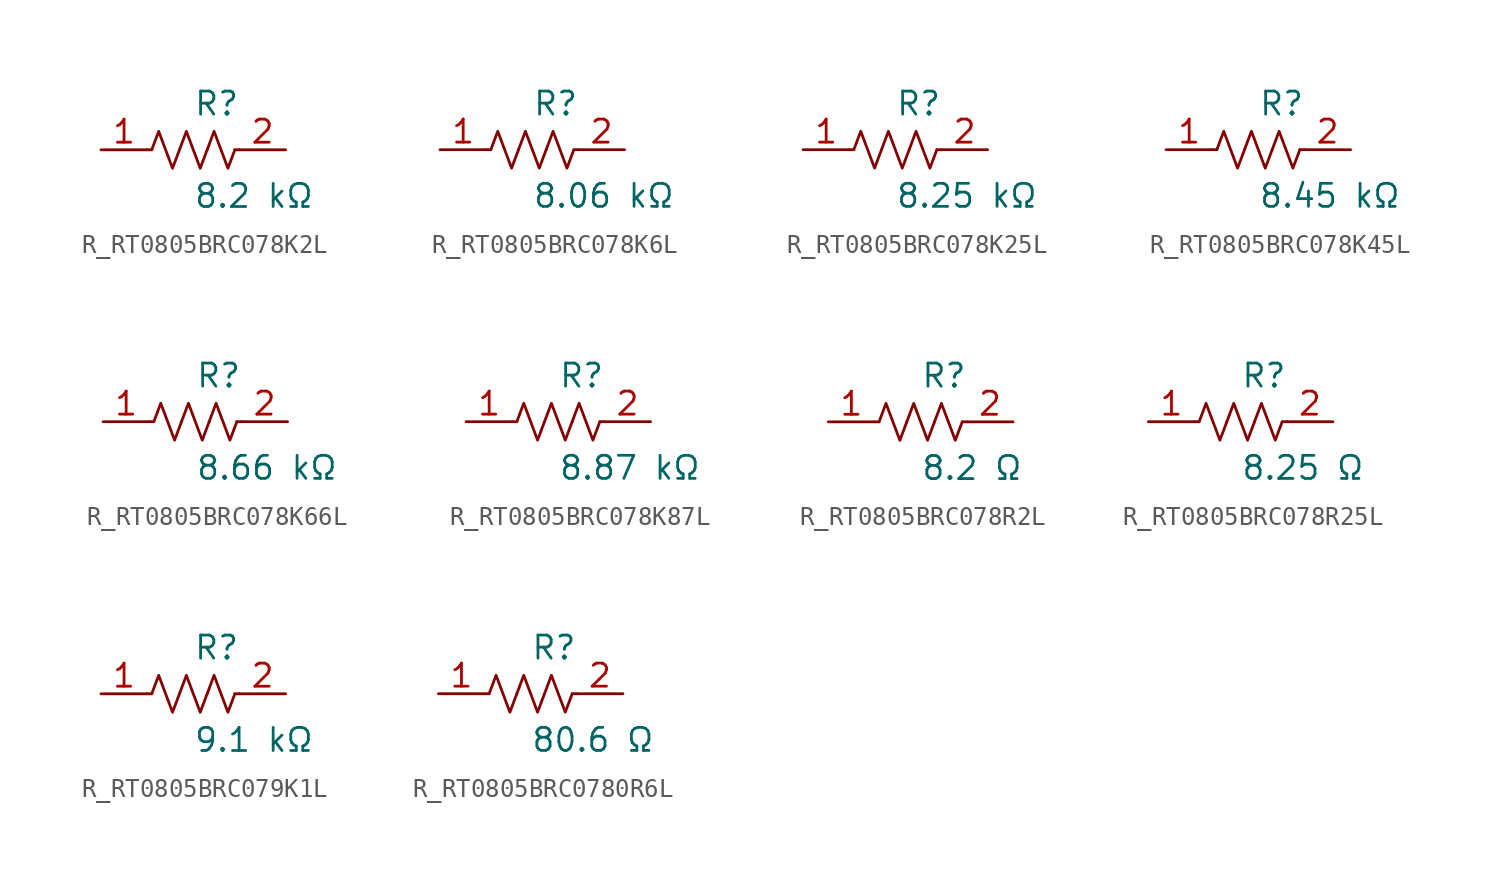
<source format=kicad_sym>
(kicad_symbol_lib
  (version 20231120)
  (generator kicad_symbol_editor)
  (generator_version 8.0)
  (symbol "R_RT0805BRC078K2L"
    (pin_names
      (offset 0.254))
    (property "Reference" "R"
      (at 0.0 2.54 0)
      (effects (font (size 1.27 1.27)) (justify left)))
    (property "Value" "8.2 kΩ"
      (at 0.0 -2.54 0)
      (effects (font (size 1.27 1.27)) (justify left)))
    (symbol "R_RT0805BRC078K2L_0_1"
      (polyline (pts (xy 2.286 0) (xy 2.54 0)) (stroke (width 0) (type default)) (fill (type none)))
      (polyline (pts (xy -2.286 0) (xy -2.54 0)) (stroke (width 0) (type default)) (fill (type none)))
      (polyline (pts (xy 0.762 0) (xy 1.143 1.016) (xy 1.524 0) (xy 1.905 -1.016) (xy 2.286 0)) (stroke (width 0) (type default)) (fill (type none)))
      (polyline (pts (xy -0.762 0) (xy -0.381 1.016) (xy 0 0) (xy 0.381 -1.016) (xy 0.762 0)) (stroke (width 0) (type default)) (fill (type none)))
      (polyline (pts (xy -2.286 0) (xy -1.905 1.016) (xy -1.524 0) (xy -1.143 -1.016) (xy -0.762 0)) (stroke (width 0) (type default)) (fill (type none))))
    (pin unspecified line
      (at -5.08 0 0)
      (length 2.54)
      (name "" (effects (font (size 1.27 1.27))))
      (number "1" (effects (font (size 1.27 1.27)))))
    (pin unspecified line
      (at 5.08 0 180)
      (length 2.54)
      (name "" (effects (font (size 1.27 1.27))))
      (number "2" (effects (font (size 1.27 1.27))))))
  (symbol "R_RT0805BRC078K6L"
    (pin_names
      (offset 0.254))
    (property "Reference" "R"
      (at 0.0 2.54 0)
      (effects (font (size 1.27 1.27)) (justify left)))
    (property "Value" "8.06 kΩ"
      (at 0.0 -2.54 0)
      (effects (font (size 1.27 1.27)) (justify left)))
    (symbol "R_RT0805BRC078K6L_0_1"
      (polyline (pts (xy 2.286 0) (xy 2.54 0)) (stroke (width 0) (type default)) (fill (type none)))
      (polyline (pts (xy -2.286 0) (xy -2.54 0)) (stroke (width 0) (type default)) (fill (type none)))
      (polyline (pts (xy 0.762 0) (xy 1.143 1.016) (xy 1.524 0) (xy 1.905 -1.016) (xy 2.286 0)) (stroke (width 0) (type default)) (fill (type none)))
      (polyline (pts (xy -0.762 0) (xy -0.381 1.016) (xy 0 0) (xy 0.381 -1.016) (xy 0.762 0)) (stroke (width 0) (type default)) (fill (type none)))
      (polyline (pts (xy -2.286 0) (xy -1.905 1.016) (xy -1.524 0) (xy -1.143 -1.016) (xy -0.762 0)) (stroke (width 0) (type default)) (fill (type none))))
    (pin unspecified line
      (at -5.08 0 0)
      (length 2.54)
      (name "" (effects (font (size 1.27 1.27))))
      (number "1" (effects (font (size 1.27 1.27)))))
    (pin unspecified line
      (at 5.08 0 180)
      (length 2.54)
      (name "" (effects (font (size 1.27 1.27))))
      (number "2" (effects (font (size 1.27 1.27))))))
  (symbol "R_RT0805BRC078K25L"
    (pin_names
      (offset 0.254))
    (property "Reference" "R"
      (at 0.0 2.54 0)
      (effects (font (size 1.27 1.27)) (justify left)))
    (property "Value" "8.25 kΩ"
      (at 0.0 -2.54 0)
      (effects (font (size 1.27 1.27)) (justify left)))
    (symbol "R_RT0805BRC078K25L_0_1"
      (polyline (pts (xy 2.286 0) (xy 2.54 0)) (stroke (width 0) (type default)) (fill (type none)))
      (polyline (pts (xy -2.286 0) (xy -2.54 0)) (stroke (width 0) (type default)) (fill (type none)))
      (polyline (pts (xy 0.762 0) (xy 1.143 1.016) (xy 1.524 0) (xy 1.905 -1.016) (xy 2.286 0)) (stroke (width 0) (type default)) (fill (type none)))
      (polyline (pts (xy -0.762 0) (xy -0.381 1.016) (xy 0 0) (xy 0.381 -1.016) (xy 0.762 0)) (stroke (width 0) (type default)) (fill (type none)))
      (polyline (pts (xy -2.286 0) (xy -1.905 1.016) (xy -1.524 0) (xy -1.143 -1.016) (xy -0.762 0)) (stroke (width 0) (type default)) (fill (type none))))
    (pin unspecified line
      (at -5.08 0 0)
      (length 2.54)
      (name "" (effects (font (size 1.27 1.27))))
      (number "1" (effects (font (size 1.27 1.27)))))
    (pin unspecified line
      (at 5.08 0 180)
      (length 2.54)
      (name "" (effects (font (size 1.27 1.27))))
      (number "2" (effects (font (size 1.27 1.27))))))
  (symbol "R_RT0805BRC078K45L"
    (pin_names
      (offset 0.254))
    (property "Reference" "R"
      (at 0.0 2.54 0)
      (effects (font (size 1.27 1.27)) (justify left)))
    (property "Value" "8.45 kΩ"
      (at 0.0 -2.54 0)
      (effects (font (size 1.27 1.27)) (justify left)))
    (symbol "R_RT0805BRC078K45L_0_1"
      (polyline (pts (xy 2.286 0) (xy 2.54 0)) (stroke (width 0) (type default)) (fill (type none)))
      (polyline (pts (xy -2.286 0) (xy -2.54 0)) (stroke (width 0) (type default)) (fill (type none)))
      (polyline (pts (xy 0.762 0) (xy 1.143 1.016) (xy 1.524 0) (xy 1.905 -1.016) (xy 2.286 0)) (stroke (width 0) (type default)) (fill (type none)))
      (polyline (pts (xy -0.762 0) (xy -0.381 1.016) (xy 0 0) (xy 0.381 -1.016) (xy 0.762 0)) (stroke (width 0) (type default)) (fill (type none)))
      (polyline (pts (xy -2.286 0) (xy -1.905 1.016) (xy -1.524 0) (xy -1.143 -1.016) (xy -0.762 0)) (stroke (width 0) (type default)) (fill (type none))))
    (pin unspecified line
      (at -5.08 0 0)
      (length 2.54)
      (name "" (effects (font (size 1.27 1.27))))
      (number "1" (effects (font (size 1.27 1.27)))))
    (pin unspecified line
      (at 5.08 0 180)
      (length 2.54)
      (name "" (effects (font (size 1.27 1.27))))
      (number "2" (effects (font (size 1.27 1.27))))))
  (symbol "R_RT0805BRC078K66L"
    (pin_names
      (offset 0.254))
    (property "Reference" "R"
      (at 0.0 2.54 0)
      (effects (font (size 1.27 1.27)) (justify left)))
    (property "Value" "8.66 kΩ"
      (at 0.0 -2.54 0)
      (effects (font (size 1.27 1.27)) (justify left)))
    (symbol "R_RT0805BRC078K66L_0_1"
      (polyline (pts (xy 2.286 0) (xy 2.54 0)) (stroke (width 0) (type default)) (fill (type none)))
      (polyline (pts (xy -2.286 0) (xy -2.54 0)) (stroke (width 0) (type default)) (fill (type none)))
      (polyline (pts (xy 0.762 0) (xy 1.143 1.016) (xy 1.524 0) (xy 1.905 -1.016) (xy 2.286 0)) (stroke (width 0) (type default)) (fill (type none)))
      (polyline (pts (xy -0.762 0) (xy -0.381 1.016) (xy 0 0) (xy 0.381 -1.016) (xy 0.762 0)) (stroke (width 0) (type default)) (fill (type none)))
      (polyline (pts (xy -2.286 0) (xy -1.905 1.016) (xy -1.524 0) (xy -1.143 -1.016) (xy -0.762 0)) (stroke (width 0) (type default)) (fill (type none))))
    (pin unspecified line
      (at -5.08 0 0)
      (length 2.54)
      (name "" (effects (font (size 1.27 1.27))))
      (number "1" (effects (font (size 1.27 1.27)))))
    (pin unspecified line
      (at 5.08 0 180)
      (length 2.54)
      (name "" (effects (font (size 1.27 1.27))))
      (number "2" (effects (font (size 1.27 1.27))))))
  (symbol "R_RT0805BRC078K87L"
    (pin_names
      (offset 0.254))
    (property "Reference" "R"
      (at 0.0 2.54 0)
      (effects (font (size 1.27 1.27)) (justify left)))
    (property "Value" "8.87 kΩ"
      (at 0.0 -2.54 0)
      (effects (font (size 1.27 1.27)) (justify left)))
    (symbol "R_RT0805BRC078K87L_0_1"
      (polyline (pts (xy 2.286 0) (xy 2.54 0)) (stroke (width 0) (type default)) (fill (type none)))
      (polyline (pts (xy -2.286 0) (xy -2.54 0)) (stroke (width 0) (type default)) (fill (type none)))
      (polyline (pts (xy 0.762 0) (xy 1.143 1.016) (xy 1.524 0) (xy 1.905 -1.016) (xy 2.286 0)) (stroke (width 0) (type default)) (fill (type none)))
      (polyline (pts (xy -0.762 0) (xy -0.381 1.016) (xy 0 0) (xy 0.381 -1.016) (xy 0.762 0)) (stroke (width 0) (type default)) (fill (type none)))
      (polyline (pts (xy -2.286 0) (xy -1.905 1.016) (xy -1.524 0) (xy -1.143 -1.016) (xy -0.762 0)) (stroke (width 0) (type default)) (fill (type none))))
    (pin unspecified line
      (at -5.08 0 0)
      (length 2.54)
      (name "" (effects (font (size 1.27 1.27))))
      (number "1" (effects (font (size 1.27 1.27)))))
    (pin unspecified line
      (at 5.08 0 180)
      (length 2.54)
      (name "" (effects (font (size 1.27 1.27))))
      (number "2" (effects (font (size 1.27 1.27))))))
  (symbol "R_RT0805BRC078R2L"
    (pin_names
      (offset 0.254))
    (property "Reference" "R"
      (at 0.0 2.54 0)
      (effects (font (size 1.27 1.27)) (justify left)))
    (property "Value" "8.2 Ω"
      (at 0.0 -2.54 0)
      (effects (font (size 1.27 1.27)) (justify left)))
    (symbol "R_RT0805BRC078R2L_0_1"
      (polyline (pts (xy 2.286 0) (xy 2.54 0)) (stroke (width 0) (type default)) (fill (type none)))
      (polyline (pts (xy -2.286 0) (xy -2.54 0)) (stroke (width 0) (type default)) (fill (type none)))
      (polyline (pts (xy 0.762 0) (xy 1.143 1.016) (xy 1.524 0) (xy 1.905 -1.016) (xy 2.286 0)) (stroke (width 0) (type default)) (fill (type none)))
      (polyline (pts (xy -0.762 0) (xy -0.381 1.016) (xy 0 0) (xy 0.381 -1.016) (xy 0.762 0)) (stroke (width 0) (type default)) (fill (type none)))
      (polyline (pts (xy -2.286 0) (xy -1.905 1.016) (xy -1.524 0) (xy -1.143 -1.016) (xy -0.762 0)) (stroke (width 0) (type default)) (fill (type none))))
    (pin unspecified line
      (at -5.08 0 0)
      (length 2.54)
      (name "" (effects (font (size 1.27 1.27))))
      (number "1" (effects (font (size 1.27 1.27)))))
    (pin unspecified line
      (at 5.08 0 180)
      (length 2.54)
      (name "" (effects (font (size 1.27 1.27))))
      (number "2" (effects (font (size 1.27 1.27))))))
  (symbol "R_RT0805BRC078R25L"
    (pin_names
      (offset 0.254))
    (property "Reference" "R"
      (at 0.0 2.54 0)
      (effects (font (size 1.27 1.27)) (justify left)))
    (property "Value" "8.25 Ω"
      (at 0.0 -2.54 0)
      (effects (font (size 1.27 1.27)) (justify left)))
    (symbol "R_RT0805BRC078R25L_0_1"
      (polyline (pts (xy 2.286 0) (xy 2.54 0)) (stroke (width 0) (type default)) (fill (type none)))
      (polyline (pts (xy -2.286 0) (xy -2.54 0)) (stroke (width 0) (type default)) (fill (type none)))
      (polyline (pts (xy 0.762 0) (xy 1.143 1.016) (xy 1.524 0) (xy 1.905 -1.016) (xy 2.286 0)) (stroke (width 0) (type default)) (fill (type none)))
      (polyline (pts (xy -0.762 0) (xy -0.381 1.016) (xy 0 0) (xy 0.381 -1.016) (xy 0.762 0)) (stroke (width 0) (type default)) (fill (type none)))
      (polyline (pts (xy -2.286 0) (xy -1.905 1.016) (xy -1.524 0) (xy -1.143 -1.016) (xy -0.762 0)) (stroke (width 0) (type default)) (fill (type none))))
    (pin unspecified line
      (at -5.08 0 0)
      (length 2.54)
      (name "" (effects (font (size 1.27 1.27))))
      (number "1" (effects (font (size 1.27 1.27)))))
    (pin unspecified line
      (at 5.08 0 180)
      (length 2.54)
      (name "" (effects (font (size 1.27 1.27))))
      (number "2" (effects (font (size 1.27 1.27))))))
  (symbol "R_RT0805BRC079K1L"
    (pin_names
      (offset 0.254))
    (property "Reference" "R"
      (at 0.0 2.54 0)
      (effects (font (size 1.27 1.27)) (justify left)))
    (property "Value" "9.1 kΩ"
      (at 0.0 -2.54 0)
      (effects (font (size 1.27 1.27)) (justify left)))
    (symbol "R_RT0805BRC079K1L_0_1"
      (polyline (pts (xy 2.286 0) (xy 2.54 0)) (stroke (width 0) (type default)) (fill (type none)))
      (polyline (pts (xy -2.286 0) (xy -2.54 0)) (stroke (width 0) (type default)) (fill (type none)))
      (polyline (pts (xy 0.762 0) (xy 1.143 1.016) (xy 1.524 0) (xy 1.905 -1.016) (xy 2.286 0)) (stroke (width 0) (type default)) (fill (type none)))
      (polyline (pts (xy -0.762 0) (xy -0.381 1.016) (xy 0 0) (xy 0.381 -1.016) (xy 0.762 0)) (stroke (width 0) (type default)) (fill (type none)))
      (polyline (pts (xy -2.286 0) (xy -1.905 1.016) (xy -1.524 0) (xy -1.143 -1.016) (xy -0.762 0)) (stroke (width 0) (type default)) (fill (type none))))
    (pin unspecified line
      (at -5.08 0 0)
      (length 2.54)
      (name "" (effects (font (size 1.27 1.27))))
      (number "1" (effects (font (size 1.27 1.27)))))
    (pin unspecified line
      (at 5.08 0 180)
      (length 2.54)
      (name "" (effects (font (size 1.27 1.27))))
      (number "2" (effects (font (size 1.27 1.27))))))
  (symbol "R_RT0805BRC0780R6L"
    (pin_names
      (offset 0.254))
    (property "Reference" "R"
      (at 0.0 2.54 0)
      (effects (font (size 1.27 1.27)) (justify left)))
    (property "Value" "80.6 Ω"
      (at 0.0 -2.54 0)
      (effects (font (size 1.27 1.27)) (justify left)))
    (symbol "R_RT0805BRC0780R6L_0_1"
      (polyline (pts (xy 2.286 0) (xy 2.54 0)) (stroke (width 0) (type default)) (fill (type none)))
      (polyline (pts (xy -2.286 0) (xy -2.54 0)) (stroke (width 0) (type default)) (fill (type none)))
      (polyline (pts (xy 0.762 0) (xy 1.143 1.016) (xy 1.524 0) (xy 1.905 -1.016) (xy 2.286 0)) (stroke (width 0) (type default)) (fill (type none)))
      (polyline (pts (xy -0.762 0) (xy -0.381 1.016) (xy 0 0) (xy 0.381 -1.016) (xy 0.762 0)) (stroke (width 0) (type default)) (fill (type none)))
      (polyline (pts (xy -2.286 0) (xy -1.905 1.016) (xy -1.524 0) (xy -1.143 -1.016) (xy -0.762 0)) (stroke (width 0) (type default)) (fill (type none))))
    (pin unspecified line
      (at -5.08 0 0)
      (length 2.54)
      (name "" (effects (font (size 1.27 1.27))))
      (number "1" (effects (font (size 1.27 1.27)))))
    (pin unspecified line
      (at 5.08 0 180)
      (length 2.54)
      (name "" (effects (font (size 1.27 1.27))))
      (number "2" (effects (font (size 1.27 1.27)))))))
</source>
